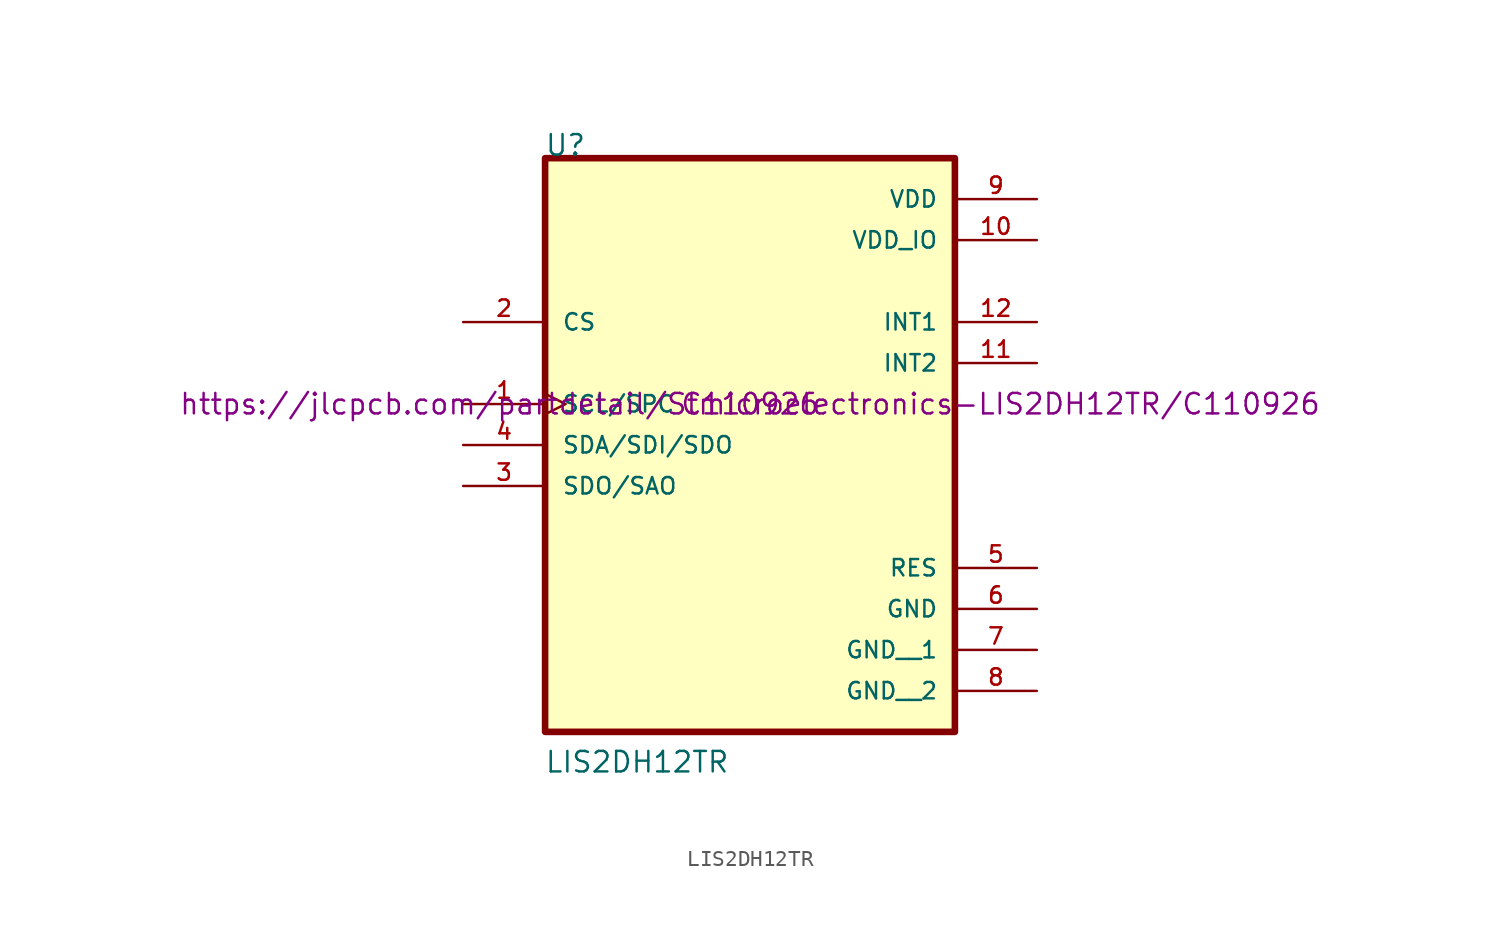
<source format=kicad_sym>
(kicad_symbol_lib
  (version 20231120)
  (generator "kicad_symbol_editor")
  (generator_version "8.0")
  (symbol "LIS2DH12TR"
    (pin_names
      (offset 1.016))
    (property "Reference" "U"
      (at -12.749 15.299 0)
      (effects (font (size 1.27 1.27)) (justify left bottom)))
    (property "Value" "LIS2DH12TR"
      (at -12.752 -22.934 0)
      (effects (font (size 1.27 1.27)) (justify left bottom)))
    (property "Website" "https://jlcpcb.com/partdetail/Stmicroelectronics-LIS2DH12TR/C110926"
      (at 0 0 0)
      (effects (font (size 1.27 1.27))))
    (property "JLC Number" "C110926"
      (at 0 0 0)
      (effects (font (size 1.27 1.27))))
    (symbol "LIS2DH12TR_0_0"
      (rectangle (start -12.7 -20.32) (end 12.7 15.24) (stroke (width 0.41) (type default)) (fill (type background)))
      (pin bidirectional clock (at -17.78 0 0) (length 5.08) (name "SCL/SPC" (effects (font (size 1.016 1.016)))) (number "1" (effects (font (size 1.016 1.016)))))
      (pin power_in line (at 17.78 10.16 180) (length 5.08) (name "VDD_IO" (effects (font (size 1.016 1.016)))) (number "10" (effects (font (size 1.016 1.016)))))
      (pin output line (at 17.78 2.54 180) (length 5.08) (name "INT2" (effects (font (size 1.016 1.016)))) (number "11" (effects (font (size 1.016 1.016)))))
      (pin output line (at 17.78 5.08 180) (length 5.08) (name "INT1" (effects (font (size 1.016 1.016)))) (number "12" (effects (font (size 1.016 1.016)))))
      (pin input line (at -17.78 5.08 0) (length 5.08) (name "CS" (effects (font (size 1.016 1.016)))) (number "2" (effects (font (size 1.016 1.016)))))
      (pin bidirectional line (at -17.78 -5.08 0) (length 5.08) (name "SDO/SAO" (effects (font (size 1.016 1.016)))) (number "3" (effects (font (size 1.016 1.016)))))
      (pin bidirectional line (at -17.78 -2.54 0) (length 5.08) (name "SDA/SDI/SDO" (effects (font (size 1.016 1.016)))) (number "4" (effects (font (size 1.016 1.016)))))
      (pin power_in line (at 17.78 -10.16 180) (length 5.08) (name "RES" (effects (font (size 1.016 1.016)))) (number "5" (effects (font (size 1.016 1.016)))))
      (pin power_in line (at 17.78 -12.7 180) (length 5.08) (name "GND" (effects (font (size 1.016 1.016)))) (number "6" (effects (font (size 1.016 1.016)))))
      (pin power_in line (at 17.78 -15.24 180) (length 5.08) (name "GND__1" (effects (font (size 1.016 1.016)))) (number "7" (effects (font (size 1.016 1.016)))))
      (pin power_in line (at 17.78 -17.78 180) (length 5.08) (name "GND__2" (effects (font (size 1.016 1.016)))) (number "8" (effects (font (size 1.016 1.016)))))
      (pin power_in line (at 17.78 12.7 180) (length 5.08) (name "VDD" (effects (font (size 1.016 1.016)))) (number "9" (effects (font (size 1.016 1.016))))))))
</source>
